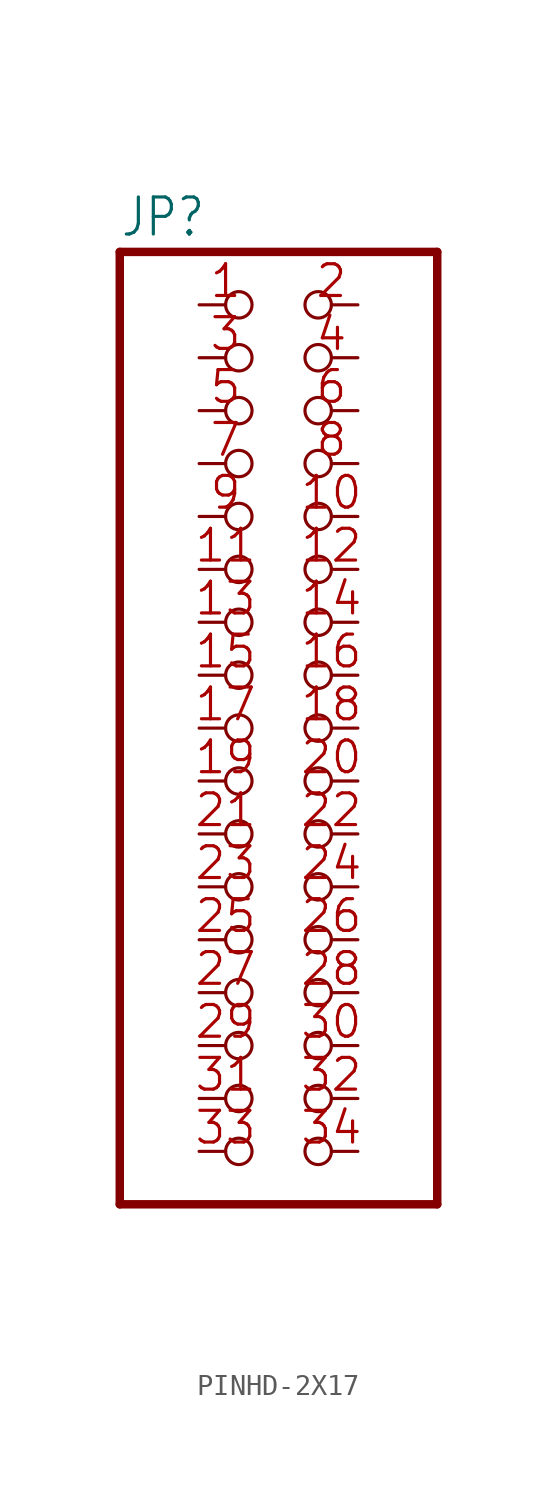
<source format=kicad_sym>
(kicad_symbol_lib
  (version 20241209)
  (generator "kicad_symbol_editor")
  (generator_version "9.0")
  (symbol "PINHD-2X17"
    (property "Reference" "JP"
      (at -6.35 23.495 0)
      (effects (font (size 1.778 1.511)) (justify left bottom)))
    (property "Value" ""
      (at -6.35 -25.4 0)
      (effects (font (size 1.778 1.511)) (justify left bottom)))
    (property "ki_locked" ""
      (at 0 0 0)
      (effects (font (size 1.27 1.27))))
    (symbol "PINHD-2X17_1_0"
      (polyline (pts (xy -6.35 22.86) (xy -6.35 -22.86)) (stroke (width 0.406) (type solid)) (fill (type none)))
      (polyline (pts (xy -6.35 -22.86) (xy 8.89 -22.86)) (stroke (width 0.406) (type solid)) (fill (type none)))
      (polyline (pts (xy 8.89 22.86) (xy -6.35 22.86)) (stroke (width 0.406) (type solid)) (fill (type none)))
      (polyline (pts (xy 8.89 -22.86) (xy 8.89 22.86)) (stroke (width 0.406) (type solid)) (fill (type none)))
      (pin passive inverted (at -2.54 20.32 0) (length 2.54) (name "1" (effects (font (size 0 0)))) (number "1" (effects (font (size 1.524 1.524)))))
      (pin passive inverted (at -2.54 17.78 0) (length 2.54) (name "3" (effects (font (size 0 0)))) (number "3" (effects (font (size 1.524 1.524)))))
      (pin passive inverted (at -2.54 15.24 0) (length 2.54) (name "5" (effects (font (size 0 0)))) (number "5" (effects (font (size 1.524 1.524)))))
      (pin passive inverted (at -2.54 12.7 0) (length 2.54) (name "7" (effects (font (size 0 0)))) (number "7" (effects (font (size 1.524 1.524)))))
      (pin passive inverted (at -2.54 10.16 0) (length 2.54) (name "9" (effects (font (size 0 0)))) (number "9" (effects (font (size 1.524 1.524)))))
      (pin passive inverted (at -2.54 7.62 0) (length 2.54) (name "11" (effects (font (size 0 0)))) (number "11" (effects (font (size 1.524 1.524)))))
      (pin passive inverted (at -2.54 5.08 0) (length 2.54) (name "13" (effects (font (size 0 0)))) (number "13" (effects (font (size 1.524 1.524)))))
      (pin passive inverted (at -2.54 2.54 0) (length 2.54) (name "15" (effects (font (size 0 0)))) (number "15" (effects (font (size 1.524 1.524)))))
      (pin passive inverted (at -2.54 0 0) (length 2.54) (name "17" (effects (font (size 0 0)))) (number "17" (effects (font (size 1.524 1.524)))))
      (pin passive inverted (at -2.54 -2.54 0) (length 2.54) (name "19" (effects (font (size 0 0)))) (number "19" (effects (font (size 1.524 1.524)))))
      (pin passive inverted (at -2.54 -5.08 0) (length 2.54) (name "21" (effects (font (size 0 0)))) (number "21" (effects (font (size 1.524 1.524)))))
      (pin passive inverted (at -2.54 -7.62 0) (length 2.54) (name "23" (effects (font (size 0 0)))) (number "23" (effects (font (size 1.524 1.524)))))
      (pin passive inverted (at -2.54 -10.16 0) (length 2.54) (name "25" (effects (font (size 0 0)))) (number "25" (effects (font (size 1.524 1.524)))))
      (pin passive inverted (at -2.54 -12.7 0) (length 2.54) (name "27" (effects (font (size 0 0)))) (number "27" (effects (font (size 1.524 1.524)))))
      (pin passive inverted (at -2.54 -15.24 0) (length 2.54) (name "29" (effects (font (size 0 0)))) (number "29" (effects (font (size 1.524 1.524)))))
      (pin passive inverted (at -2.54 -17.78 0) (length 2.54) (name "31" (effects (font (size 0 0)))) (number "31" (effects (font (size 1.524 1.524)))))
      (pin passive inverted (at -2.54 -20.32 0) (length 2.54) (name "33" (effects (font (size 0 0)))) (number "33" (effects (font (size 1.524 1.524)))))
      (pin passive inverted (at 5.08 20.32 180) (length 2.54) (name "2" (effects (font (size 0 0)))) (number "2" (effects (font (size 1.524 1.524)))))
      (pin passive inverted (at 5.08 17.78 180) (length 2.54) (name "4" (effects (font (size 0 0)))) (number "4" (effects (font (size 1.524 1.524)))))
      (pin passive inverted (at 5.08 15.24 180) (length 2.54) (name "6" (effects (font (size 0 0)))) (number "6" (effects (font (size 1.524 1.524)))))
      (pin passive inverted (at 5.08 12.7 180) (length 2.54) (name "8" (effects (font (size 0 0)))) (number "8" (effects (font (size 1.524 1.524)))))
      (pin passive inverted (at 5.08 10.16 180) (length 2.54) (name "10" (effects (font (size 0 0)))) (number "10" (effects (font (size 1.524 1.524)))))
      (pin passive inverted (at 5.08 7.62 180) (length 2.54) (name "12" (effects (font (size 0 0)))) (number "12" (effects (font (size 1.524 1.524)))))
      (pin passive inverted (at 5.08 5.08 180) (length 2.54) (name "14" (effects (font (size 0 0)))) (number "14" (effects (font (size 1.524 1.524)))))
      (pin passive inverted (at 5.08 2.54 180) (length 2.54) (name "16" (effects (font (size 0 0)))) (number "16" (effects (font (size 1.524 1.524)))))
      (pin passive inverted (at 5.08 0 180) (length 2.54) (name "18" (effects (font (size 0 0)))) (number "18" (effects (font (size 1.524 1.524)))))
      (pin passive inverted (at 5.08 -2.54 180) (length 2.54) (name "20" (effects (font (size 0 0)))) (number "20" (effects (font (size 1.524 1.524)))))
      (pin passive inverted (at 5.08 -5.08 180) (length 2.54) (name "22" (effects (font (size 0 0)))) (number "22" (effects (font (size 1.524 1.524)))))
      (pin passive inverted (at 5.08 -7.62 180) (length 2.54) (name "24" (effects (font (size 0 0)))) (number "24" (effects (font (size 1.524 1.524)))))
      (pin passive inverted (at 5.08 -10.16 180) (length 2.54) (name "26" (effects (font (size 0 0)))) (number "26" (effects (font (size 1.524 1.524)))))
      (pin passive inverted (at 5.08 -12.7 180) (length 2.54) (name "28" (effects (font (size 0 0)))) (number "28" (effects (font (size 1.524 1.524)))))
      (pin passive inverted (at 5.08 -15.24 180) (length 2.54) (name "30" (effects (font (size 0 0)))) (number "30" (effects (font (size 1.524 1.524)))))
      (pin passive inverted (at 5.08 -17.78 180) (length 2.54) (name "32" (effects (font (size 0 0)))) (number "32" (effects (font (size 1.524 1.524)))))
      (pin passive inverted (at 5.08 -20.32 180) (length 2.54) (name "34" (effects (font (size 0 0)))) (number "34" (effects (font (size 1.524 1.524))))))))
</source>
